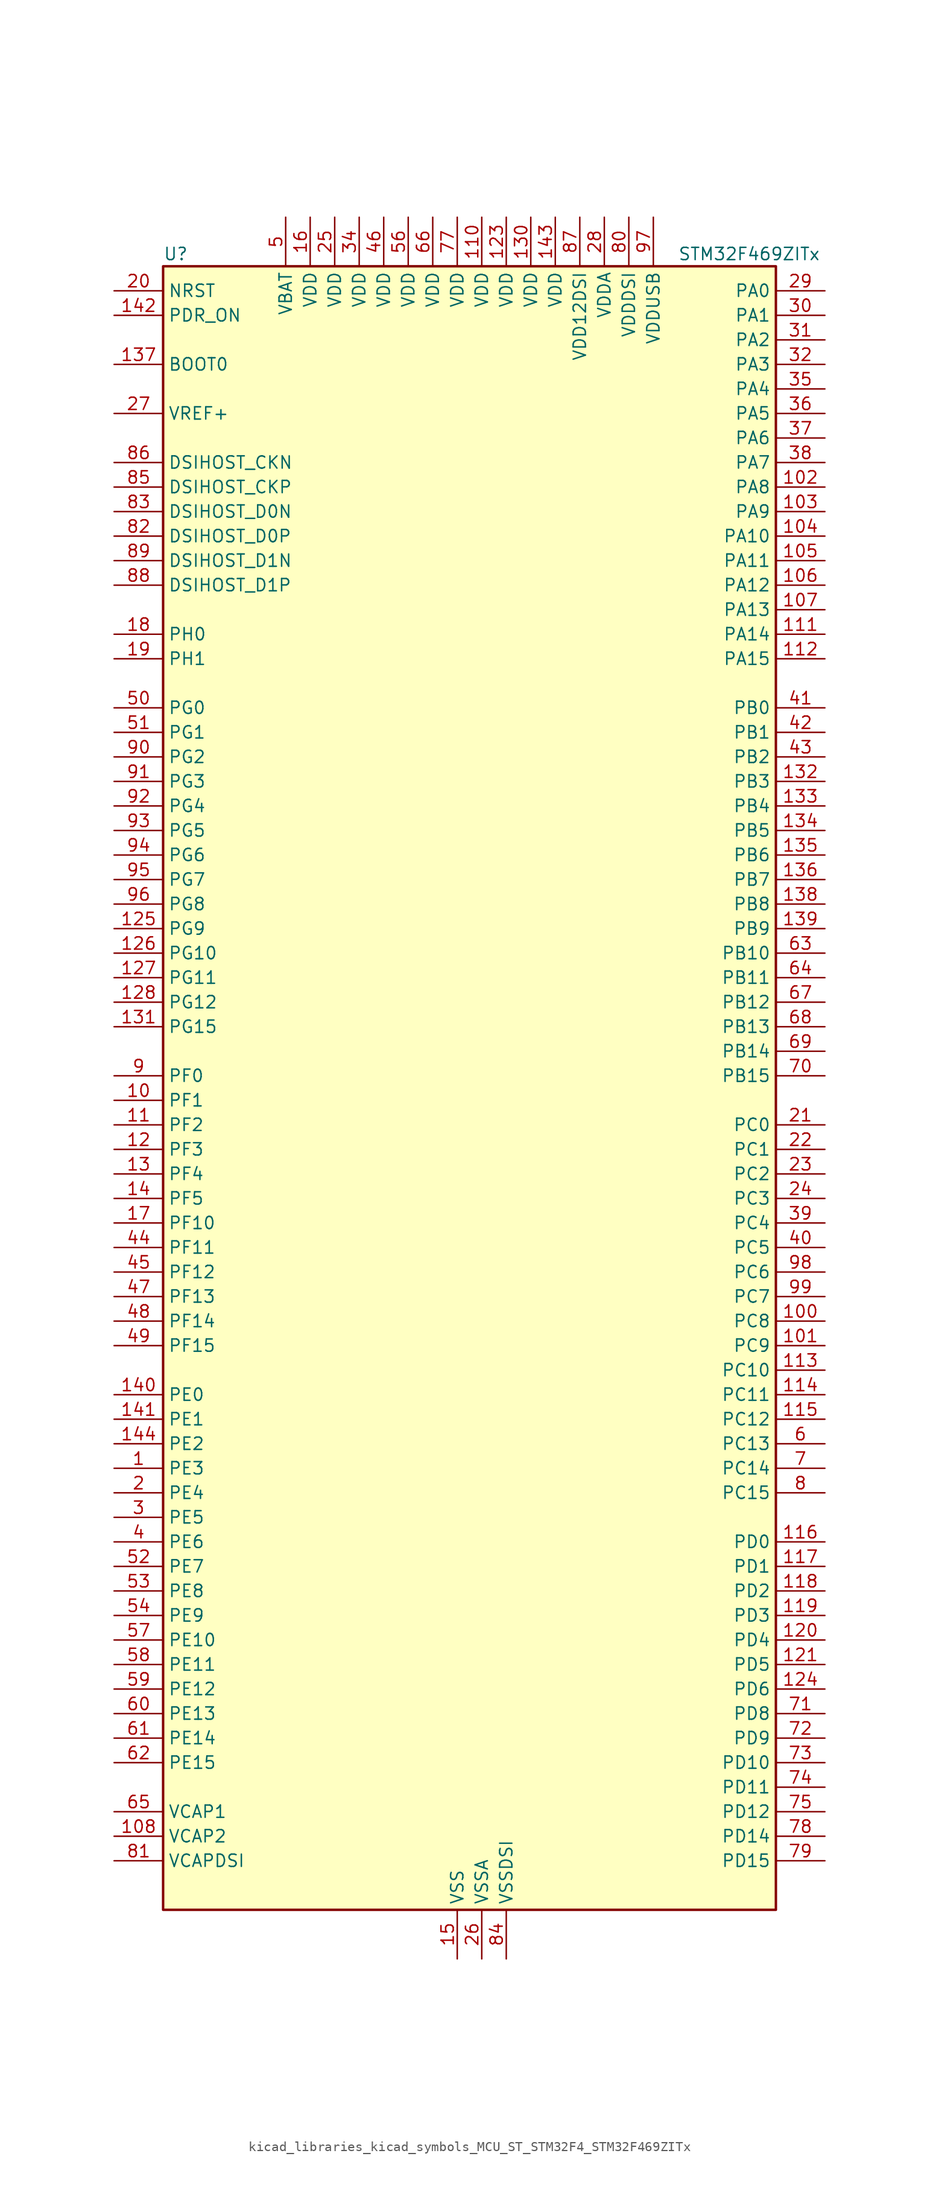
<source format=kicad_sym>
(kicad_symbol_lib
  (version 20220914)
  (generator kicad_symbol_editor)
  (symbol "kicad_libraries_kicad_symbols_MCU_ST_STM32F4_STM32F469ZITx"
    (property "Reference" "U"
      (at -30.48 87.63 0)
      (effects (font (size 1.27 1.27)) (justify left)))
    (property "Value" "STM32F469ZITx"
      (at 22.86 87.63 0)
      (effects (font (size 1.27 1.27)) (justify left)))
    (property "ki_locked" ""
      (at 0 0 0)
      (effects (font (size 1.27 1.27))))
    (symbol "kicad_libraries_kicad_symbols_MCU_ST_STM32F4_STM32F469ZITx_0_1"
      (rectangle (start -30.48 -83.82) (end 33.02 86.36) (stroke (width 0.254) (type default)) (fill (type background))))
    (symbol "kicad_libraries_kicad_symbols_MCU_ST_STM32F4_STM32F469ZITx_1_1"
      (pin bidirectional line (at -35.56 -38.1 0) (length 5.08) (name "PE3" (effects (font (size 1.27 1.27)))) (number "1" (effects (font (size 1.27 1.27)))) (alternate "FMC_A19" bidirectional line) (alternate "SAI1_SD_B" bidirectional line) (alternate "SYS_TRACED0" bidirectional line))
      (pin bidirectional line (at -35.56 0 0) (length 5.08) (name "PF1" (effects (font (size 1.27 1.27)))) (number "10" (effects (font (size 1.27 1.27)))) (alternate "FMC_A1" bidirectional line) (alternate "I2C2_SCL" bidirectional line))
      (pin bidirectional line (at 38.1 -22.86 180) (length 5.08) (name "PC8" (effects (font (size 1.27 1.27)))) (number "100" (effects (font (size 1.27 1.27)))) (alternate "DCMI_D2" bidirectional line) (alternate "SDIO_D0" bidirectional line) (alternate "SYS_TRACED1" bidirectional line) (alternate "TIM3_CH3" bidirectional line) (alternate "TIM8_CH3" bidirectional line) (alternate "USART6_CK" bidirectional line))
      (pin bidirectional line (at 38.1 -25.4 180) (length 5.08) (name "PC9" (effects (font (size 1.27 1.27)))) (number "101" (effects (font (size 1.27 1.27)))) (alternate "DAC_EXTI9" bidirectional line) (alternate "DCMI_D3" bidirectional line) (alternate "I2C3_SDA" bidirectional line) (alternate "I2S_CKIN" bidirectional line) (alternate "QUADSPI_BK1_IO0" bidirectional line) (alternate "RCC_MCO_2" bidirectional line) (alternate "SDIO_D1" bidirectional line) (alternate "TIM3_CH4" bidirectional line) (alternate "TIM8_CH4" bidirectional line))
      (pin bidirectional line (at 38.1 63.5 180) (length 5.08) (name "PA8" (effects (font (size 1.27 1.27)))) (number "102" (effects (font (size 1.27 1.27)))) (alternate "I2C3_SCL" bidirectional line) (alternate "LTDC_R6" bidirectional line) (alternate "RCC_MCO_1" bidirectional line) (alternate "TIM1_CH1" bidirectional line) (alternate "USART1_CK" bidirectional line) (alternate "USB_OTG_FS_SOF" bidirectional line))
      (pin bidirectional line (at 38.1 60.96 180) (length 5.08) (name "PA9" (effects (font (size 1.27 1.27)))) (number "103" (effects (font (size 1.27 1.27)))) (alternate "DAC_EXTI9" bidirectional line) (alternate "DCMI_D0" bidirectional line) (alternate "I2C3_SMBA" bidirectional line) (alternate "I2S2_CK" bidirectional line) (alternate "SPI2_SCK" bidirectional line) (alternate "TIM1_CH2" bidirectional line) (alternate "USART1_TX" bidirectional line) (alternate "USB_OTG_FS_VBUS" bidirectional line))
      (pin bidirectional line (at 38.1 58.42 180) (length 5.08) (name "PA10" (effects (font (size 1.27 1.27)))) (number "104" (effects (font (size 1.27 1.27)))) (alternate "DCMI_D1" bidirectional line) (alternate "TIM1_CH3" bidirectional line) (alternate "USART1_RX" bidirectional line) (alternate "USB_OTG_FS_ID" bidirectional line))
      (pin bidirectional line (at 38.1 55.88 180) (length 5.08) (name "PA11" (effects (font (size 1.27 1.27)))) (number "105" (effects (font (size 1.27 1.27)))) (alternate "ADC1_EXTI11" bidirectional line) (alternate "ADC2_EXTI11" bidirectional line) (alternate "ADC3_EXTI11" bidirectional line) (alternate "CAN1_RX" bidirectional line) (alternate "LTDC_R4" bidirectional line) (alternate "TIM1_CH4" bidirectional line) (alternate "USART1_CTS" bidirectional line) (alternate "USB_OTG_FS_DM" bidirectional line))
      (pin bidirectional line (at 38.1 53.34 180) (length 5.08) (name "PA12" (effects (font (size 1.27 1.27)))) (number "106" (effects (font (size 1.27 1.27)))) (alternate "CAN1_TX" bidirectional line) (alternate "LTDC_R5" bidirectional line) (alternate "TIM1_ETR" bidirectional line) (alternate "USART1_RTS" bidirectional line) (alternate "USB_OTG_FS_DP" bidirectional line))
      (pin bidirectional line (at 38.1 50.8 180) (length 5.08) (name "PA13" (effects (font (size 1.27 1.27)))) (number "107" (effects (font (size 1.27 1.27)))) (alternate "SYS_JTMS-SWDIO" bidirectional line))
      (pin power_out line (at -35.56 -76.2 0) (length 5.08) (name "VCAP2" (effects (font (size 1.27 1.27)))) (number "108" (effects (font (size 1.27 1.27)))))
      (pin passive line (at 0 -88.9 90) (length 5.08) hide (name "VSS" (effects (font (size 1.27 1.27)))) (number "109" (effects (font (size 1.27 1.27)))))
      (pin bidirectional line (at -35.56 -2.54 0) (length 5.08) (name "PF2" (effects (font (size 1.27 1.27)))) (number "11" (effects (font (size 1.27 1.27)))) (alternate "FMC_A2" bidirectional line) (alternate "I2C2_SMBA" bidirectional line))
      (pin power_in line (at 2.54 91.44 270) (length 5.08) (name "VDD" (effects (font (size 1.27 1.27)))) (number "110" (effects (font (size 1.27 1.27)))))
      (pin bidirectional line (at 38.1 48.26 180) (length 5.08) (name "PA14" (effects (font (size 1.27 1.27)))) (number "111" (effects (font (size 1.27 1.27)))) (alternate "SYS_JTCK-SWCLK" bidirectional line))
      (pin bidirectional line (at 38.1 45.72 180) (length 5.08) (name "PA15" (effects (font (size 1.27 1.27)))) (number "112" (effects (font (size 1.27 1.27)))) (alternate "ADC1_EXTI15" bidirectional line) (alternate "ADC2_EXTI15" bidirectional line) (alternate "ADC3_EXTI15" bidirectional line) (alternate "I2S3_WS" bidirectional line) (alternate "SPI1_NSS" bidirectional line) (alternate "SPI3_NSS" bidirectional line) (alternate "SYS_JTDI" bidirectional line) (alternate "TIM2_CH1" bidirectional line) (alternate "TIM2_ETR" bidirectional line))
      (pin bidirectional line (at 38.1 -27.94 180) (length 5.08) (name "PC10" (effects (font (size 1.27 1.27)))) (number "113" (effects (font (size 1.27 1.27)))) (alternate "DCMI_D8" bidirectional line) (alternate "I2S3_CK" bidirectional line) (alternate "LTDC_R2" bidirectional line) (alternate "QUADSPI_BK1_IO1" bidirectional line) (alternate "SDIO_D2" bidirectional line) (alternate "SPI3_SCK" bidirectional line) (alternate "UART4_TX" bidirectional line) (alternate "USART3_TX" bidirectional line))
      (pin bidirectional line (at 38.1 -30.48 180) (length 5.08) (name "PC11" (effects (font (size 1.27 1.27)))) (number "114" (effects (font (size 1.27 1.27)))) (alternate "ADC1_EXTI11" bidirectional line) (alternate "ADC2_EXTI11" bidirectional line) (alternate "ADC3_EXTI11" bidirectional line) (alternate "DCMI_D4" bidirectional line) (alternate "I2S3_ext_SD" bidirectional line) (alternate "QUADSPI_BK2_NCS" bidirectional line) (alternate "SDIO_D3" bidirectional line) (alternate "SPI3_MISO" bidirectional line) (alternate "UART4_RX" bidirectional line) (alternate "USART3_RX" bidirectional line))
      (pin bidirectional line (at 38.1 -33.02 180) (length 5.08) (name "PC12" (effects (font (size 1.27 1.27)))) (number "115" (effects (font (size 1.27 1.27)))) (alternate "DCMI_D9" bidirectional line) (alternate "I2S3_SD" bidirectional line) (alternate "SDIO_CK" bidirectional line) (alternate "SPI3_MOSI" bidirectional line) (alternate "SYS_TRACED3" bidirectional line) (alternate "UART5_TX" bidirectional line) (alternate "USART3_CK" bidirectional line))
      (pin bidirectional line (at 38.1 -45.72 180) (length 5.08) (name "PD0" (effects (font (size 1.27 1.27)))) (number "116" (effects (font (size 1.27 1.27)))) (alternate "CAN1_RX" bidirectional line) (alternate "FMC_D2" bidirectional line) (alternate "FMC_DA2" bidirectional line))
      (pin bidirectional line (at 38.1 -48.26 180) (length 5.08) (name "PD1" (effects (font (size 1.27 1.27)))) (number "117" (effects (font (size 1.27 1.27)))) (alternate "CAN1_TX" bidirectional line) (alternate "FMC_D3" bidirectional line) (alternate "FMC_DA3" bidirectional line))
      (pin bidirectional line (at 38.1 -50.8 180) (length 5.08) (name "PD2" (effects (font (size 1.27 1.27)))) (number "118" (effects (font (size 1.27 1.27)))) (alternate "DCMI_D11" bidirectional line) (alternate "SDIO_CMD" bidirectional line) (alternate "SYS_TRACED2" bidirectional line) (alternate "TIM3_ETR" bidirectional line) (alternate "UART5_RX" bidirectional line))
      (pin bidirectional line (at 38.1 -53.34 180) (length 5.08) (name "PD3" (effects (font (size 1.27 1.27)))) (number "119" (effects (font (size 1.27 1.27)))) (alternate "DCMI_D5" bidirectional line) (alternate "FMC_CLK" bidirectional line) (alternate "I2S2_CK" bidirectional line) (alternate "LTDC_G7" bidirectional line) (alternate "SPI2_SCK" bidirectional line) (alternate "USART2_CTS" bidirectional line))
      (pin bidirectional line (at -35.56 -5.08 0) (length 5.08) (name "PF3" (effects (font (size 1.27 1.27)))) (number "12" (effects (font (size 1.27 1.27)))) (alternate "ADC3_IN9" bidirectional line) (alternate "FMC_A3" bidirectional line))
      (pin bidirectional line (at 38.1 -55.88 180) (length 5.08) (name "PD4" (effects (font (size 1.27 1.27)))) (number "120" (effects (font (size 1.27 1.27)))) (alternate "FMC_NOE" bidirectional line) (alternate "USART2_RTS" bidirectional line))
      (pin bidirectional line (at 38.1 -58.42 180) (length 5.08) (name "PD5" (effects (font (size 1.27 1.27)))) (number "121" (effects (font (size 1.27 1.27)))) (alternate "FMC_NWE" bidirectional line) (alternate "USART2_TX" bidirectional line))
      (pin passive line (at 0 -88.9 90) (length 5.08) hide (name "VSS" (effects (font (size 1.27 1.27)))) (number "122" (effects (font (size 1.27 1.27)))))
      (pin power_in line (at 5.08 91.44 270) (length 5.08) (name "VDD" (effects (font (size 1.27 1.27)))) (number "123" (effects (font (size 1.27 1.27)))))
      (pin bidirectional line (at 38.1 -60.96 180) (length 5.08) (name "PD6" (effects (font (size 1.27 1.27)))) (number "124" (effects (font (size 1.27 1.27)))) (alternate "DCMI_D10" bidirectional line) (alternate "FMC_NWAIT" bidirectional line) (alternate "I2S3_SD" bidirectional line) (alternate "LTDC_B2" bidirectional line) (alternate "SAI1_SD_A" bidirectional line) (alternate "SPI3_MOSI" bidirectional line) (alternate "USART2_RX" bidirectional line))
      (pin bidirectional line (at -35.56 17.78 0) (length 5.08) (name "PG9" (effects (font (size 1.27 1.27)))) (number "125" (effects (font (size 1.27 1.27)))) (alternate "DAC_EXTI9" bidirectional line) (alternate "DCMI_VSYNC" bidirectional line) (alternate "FMC_NCE" bidirectional line) (alternate "FMC_NE2" bidirectional line) (alternate "QUADSPI_BK2_IO2" bidirectional line) (alternate "USART6_RX" bidirectional line))
      (pin bidirectional line (at -35.56 15.24 0) (length 5.08) (name "PG10" (effects (font (size 1.27 1.27)))) (number "126" (effects (font (size 1.27 1.27)))) (alternate "DCMI_D2" bidirectional line) (alternate "FMC_NE3" bidirectional line) (alternate "LTDC_B2" bidirectional line) (alternate "LTDC_G3" bidirectional line))
      (pin bidirectional line (at -35.56 12.7 0) (length 5.08) (name "PG11" (effects (font (size 1.27 1.27)))) (number "127" (effects (font (size 1.27 1.27)))) (alternate "ADC1_EXTI11" bidirectional line) (alternate "ADC2_EXTI11" bidirectional line) (alternate "ADC3_EXTI11" bidirectional line) (alternate "DCMI_D3" bidirectional line) (alternate "LTDC_B3" bidirectional line))
      (pin bidirectional line (at -35.56 10.16 0) (length 5.08) (name "PG12" (effects (font (size 1.27 1.27)))) (number "128" (effects (font (size 1.27 1.27)))) (alternate "FMC_NE4" bidirectional line) (alternate "LTDC_B1" bidirectional line) (alternate "LTDC_B4" bidirectional line) (alternate "USART6_RTS" bidirectional line))
      (pin passive line (at 0 -88.9 90) (length 5.08) hide (name "VSS" (effects (font (size 1.27 1.27)))) (number "129" (effects (font (size 1.27 1.27)))))
      (pin bidirectional line (at -35.56 -7.62 0) (length 5.08) (name "PF4" (effects (font (size 1.27 1.27)))) (number "13" (effects (font (size 1.27 1.27)))) (alternate "ADC3_IN14" bidirectional line) (alternate "FMC_A4" bidirectional line))
      (pin power_in line (at 7.62 91.44 270) (length 5.08) (name "VDD" (effects (font (size 1.27 1.27)))) (number "130" (effects (font (size 1.27 1.27)))))
      (pin bidirectional line (at -35.56 7.62 0) (length 5.08) (name "PG15" (effects (font (size 1.27 1.27)))) (number "131" (effects (font (size 1.27 1.27)))) (alternate "ADC1_EXTI15" bidirectional line) (alternate "ADC2_EXTI15" bidirectional line) (alternate "ADC3_EXTI15" bidirectional line) (alternate "DCMI_D13" bidirectional line) (alternate "FMC_SDNCAS" bidirectional line) (alternate "USART6_CTS" bidirectional line))
      (pin bidirectional line (at 38.1 33.02 180) (length 5.08) (name "PB3" (effects (font (size 1.27 1.27)))) (number "132" (effects (font (size 1.27 1.27)))) (alternate "I2S3_CK" bidirectional line) (alternate "SPI1_SCK" bidirectional line) (alternate "SPI3_SCK" bidirectional line) (alternate "SYS_JTDO-SWO" bidirectional line) (alternate "TIM2_CH2" bidirectional line))
      (pin bidirectional line (at 38.1 30.48 180) (length 5.08) (name "PB4" (effects (font (size 1.27 1.27)))) (number "133" (effects (font (size 1.27 1.27)))) (alternate "I2S3_ext_SD" bidirectional line) (alternate "SPI1_MISO" bidirectional line) (alternate "SPI3_MISO" bidirectional line) (alternate "SYS_JTRST" bidirectional line) (alternate "TIM3_CH1" bidirectional line))
      (pin bidirectional line (at 38.1 27.94 180) (length 5.08) (name "PB5" (effects (font (size 1.27 1.27)))) (number "134" (effects (font (size 1.27 1.27)))) (alternate "CAN2_RX" bidirectional line) (alternate "DCMI_D10" bidirectional line) (alternate "FMC_SDCKE1" bidirectional line) (alternate "I2C1_SMBA" bidirectional line) (alternate "I2S3_SD" bidirectional line) (alternate "LTDC_G7" bidirectional line) (alternate "SPI1_MOSI" bidirectional line) (alternate "SPI3_MOSI" bidirectional line) (alternate "TIM3_CH2" bidirectional line) (alternate "USB_OTG_HS_ULPI_D7" bidirectional line))
      (pin bidirectional line (at 38.1 25.4 180) (length 5.08) (name "PB6" (effects (font (size 1.27 1.27)))) (number "135" (effects (font (size 1.27 1.27)))) (alternate "CAN2_TX" bidirectional line) (alternate "DCMI_D5" bidirectional line) (alternate "FMC_SDNE1" bidirectional line) (alternate "I2C1_SCL" bidirectional line) (alternate "QUADSPI_BK1_NCS" bidirectional line) (alternate "TIM4_CH1" bidirectional line) (alternate "USART1_TX" bidirectional line))
      (pin bidirectional line (at 38.1 22.86 180) (length 5.08) (name "PB7" (effects (font (size 1.27 1.27)))) (number "136" (effects (font (size 1.27 1.27)))) (alternate "DCMI_VSYNC" bidirectional line) (alternate "FMC_NL" bidirectional line) (alternate "I2C1_SDA" bidirectional line) (alternate "TIM4_CH2" bidirectional line) (alternate "USART1_RX" bidirectional line))
      (pin input line (at -35.56 76.2 0) (length 5.08) (name "BOOT0" (effects (font (size 1.27 1.27)))) (number "137" (effects (font (size 1.27 1.27)))))
      (pin bidirectional line (at 38.1 20.32 180) (length 5.08) (name "PB8" (effects (font (size 1.27 1.27)))) (number "138" (effects (font (size 1.27 1.27)))) (alternate "CAN1_RX" bidirectional line) (alternate "DCMI_D6" bidirectional line) (alternate "I2C1_SCL" bidirectional line) (alternate "LTDC_B6" bidirectional line) (alternate "SDIO_D4" bidirectional line) (alternate "TIM10_CH1" bidirectional line) (alternate "TIM4_CH3" bidirectional line))
      (pin bidirectional line (at 38.1 17.78 180) (length 5.08) (name "PB9" (effects (font (size 1.27 1.27)))) (number "139" (effects (font (size 1.27 1.27)))) (alternate "CAN1_TX" bidirectional line) (alternate "DAC_EXTI9" bidirectional line) (alternate "DCMI_D7" bidirectional line) (alternate "I2C1_SDA" bidirectional line) (alternate "I2S2_WS" bidirectional line) (alternate "LTDC_B7" bidirectional line) (alternate "SDIO_D5" bidirectional line) (alternate "SPI2_NSS" bidirectional line) (alternate "TIM11_CH1" bidirectional line) (alternate "TIM4_CH4" bidirectional line))
      (pin bidirectional line (at -35.56 -10.16 0) (length 5.08) (name "PF5" (effects (font (size 1.27 1.27)))) (number "14" (effects (font (size 1.27 1.27)))) (alternate "ADC3_IN15" bidirectional line) (alternate "FMC_A5" bidirectional line))
      (pin bidirectional line (at -35.56 -30.48 0) (length 5.08) (name "PE0" (effects (font (size 1.27 1.27)))) (number "140" (effects (font (size 1.27 1.27)))) (alternate "DCMI_D2" bidirectional line) (alternate "FMC_NBL0" bidirectional line) (alternate "TIM4_ETR" bidirectional line) (alternate "UART8_RX" bidirectional line))
      (pin bidirectional line (at -35.56 -33.02 0) (length 5.08) (name "PE1" (effects (font (size 1.27 1.27)))) (number "141" (effects (font (size 1.27 1.27)))) (alternate "DCMI_D3" bidirectional line) (alternate "FMC_NBL1" bidirectional line) (alternate "UART8_TX" bidirectional line))
      (pin input line (at -35.56 81.28 0) (length 5.08) (name "PDR_ON" (effects (font (size 1.27 1.27)))) (number "142" (effects (font (size 1.27 1.27)))))
      (pin power_in line (at 10.16 91.44 270) (length 5.08) (name "VDD" (effects (font (size 1.27 1.27)))) (number "143" (effects (font (size 1.27 1.27)))))
      (pin bidirectional line (at -35.56 -35.56 0) (length 5.08) (name "PE2" (effects (font (size 1.27 1.27)))) (number "144" (effects (font (size 1.27 1.27)))) (alternate "FMC_A23" bidirectional line) (alternate "QUADSPI_BK1_IO2" bidirectional line) (alternate "SAI1_MCLK_A" bidirectional line) (alternate "SPI4_SCK" bidirectional line) (alternate "SYS_TRACECLK" bidirectional line))
      (pin power_in line (at 0 -88.9 90) (length 5.08) (name "VSS" (effects (font (size 1.27 1.27)))) (number "15" (effects (font (size 1.27 1.27)))))
      (pin power_in line (at -15.24 91.44 270) (length 5.08) (name "VDD" (effects (font (size 1.27 1.27)))) (number "16" (effects (font (size 1.27 1.27)))))
      (pin bidirectional line (at -35.56 -12.7 0) (length 5.08) (name "PF10" (effects (font (size 1.27 1.27)))) (number "17" (effects (font (size 1.27 1.27)))) (alternate "ADC3_IN8" bidirectional line) (alternate "DCMI_D11" bidirectional line) (alternate "LTDC_DE" bidirectional line) (alternate "QUADSPI_CLK" bidirectional line))
      (pin bidirectional line (at -35.56 48.26 0) (length 5.08) (name "PH0" (effects (font (size 1.27 1.27)))) (number "18" (effects (font (size 1.27 1.27)))) (alternate "RCC_OSC_IN" bidirectional line))
      (pin bidirectional line (at -35.56 45.72 0) (length 5.08) (name "PH1" (effects (font (size 1.27 1.27)))) (number "19" (effects (font (size 1.27 1.27)))) (alternate "RCC_OSC_OUT" bidirectional line))
      (pin bidirectional line (at -35.56 -40.64 0) (length 5.08) (name "PE4" (effects (font (size 1.27 1.27)))) (number "2" (effects (font (size 1.27 1.27)))) (alternate "DCMI_D4" bidirectional line) (alternate "FMC_A20" bidirectional line) (alternate "LTDC_B0" bidirectional line) (alternate "SAI1_FS_A" bidirectional line) (alternate "SPI4_NSS" bidirectional line) (alternate "SYS_TRACED1" bidirectional line))
      (pin input line (at -35.56 83.82 0) (length 5.08) (name "NRST" (effects (font (size 1.27 1.27)))) (number "20" (effects (font (size 1.27 1.27)))))
      (pin bidirectional line (at 38.1 -2.54 180) (length 5.08) (name "PC0" (effects (font (size 1.27 1.27)))) (number "21" (effects (font (size 1.27 1.27)))) (alternate "ADC1_IN10" bidirectional line) (alternate "ADC2_IN10" bidirectional line) (alternate "ADC3_IN10" bidirectional line) (alternate "FMC_SDNWE" bidirectional line) (alternate "LTDC_R5" bidirectional line) (alternate "USB_OTG_HS_ULPI_STP" bidirectional line))
      (pin bidirectional line (at 38.1 -5.08 180) (length 5.08) (name "PC1" (effects (font (size 1.27 1.27)))) (number "22" (effects (font (size 1.27 1.27)))) (alternate "ADC1_IN11" bidirectional line) (alternate "ADC2_IN11" bidirectional line) (alternate "ADC3_IN11" bidirectional line) (alternate "I2S2_SD" bidirectional line) (alternate "SAI1_SD_A" bidirectional line) (alternate "SPI2_MOSI" bidirectional line) (alternate "SYS_TRACED0" bidirectional line))
      (pin bidirectional line (at 38.1 -7.62 180) (length 5.08) (name "PC2" (effects (font (size 1.27 1.27)))) (number "23" (effects (font (size 1.27 1.27)))) (alternate "ADC1_IN12" bidirectional line) (alternate "ADC2_IN12" bidirectional line) (alternate "ADC3_IN12" bidirectional line) (alternate "FMC_SDNE0" bidirectional line) (alternate "I2S2_ext_SD" bidirectional line) (alternate "SPI2_MISO" bidirectional line) (alternate "USB_OTG_HS_ULPI_DIR" bidirectional line))
      (pin bidirectional line (at 38.1 -10.16 180) (length 5.08) (name "PC3" (effects (font (size 1.27 1.27)))) (number "24" (effects (font (size 1.27 1.27)))) (alternate "ADC1_IN13" bidirectional line) (alternate "ADC2_IN13" bidirectional line) (alternate "ADC3_IN13" bidirectional line) (alternate "FMC_SDCKE0" bidirectional line) (alternate "I2S2_SD" bidirectional line) (alternate "SPI2_MOSI" bidirectional line) (alternate "USB_OTG_HS_ULPI_NXT" bidirectional line))
      (pin power_in line (at -12.7 91.44 270) (length 5.08) (name "VDD" (effects (font (size 1.27 1.27)))) (number "25" (effects (font (size 1.27 1.27)))))
      (pin power_in line (at 2.54 -88.9 90) (length 5.08) (name "VSSA" (effects (font (size 1.27 1.27)))) (number "26" (effects (font (size 1.27 1.27)))))
      (pin input line (at -35.56 71.12 0) (length 5.08) (name "VREF+" (effects (font (size 1.27 1.27)))) (number "27" (effects (font (size 1.27 1.27)))))
      (pin power_in line (at 15.24 91.44 270) (length 5.08) (name "VDDA" (effects (font (size 1.27 1.27)))) (number "28" (effects (font (size 1.27 1.27)))))
      (pin bidirectional line (at 38.1 83.82 180) (length 5.08) (name "PA0" (effects (font (size 1.27 1.27)))) (number "29" (effects (font (size 1.27 1.27)))) (alternate "ADC1_IN0" bidirectional line) (alternate "ADC2_IN0" bidirectional line) (alternate "ADC3_IN0" bidirectional line) (alternate "SYS_WKUP" bidirectional line) (alternate "TIM2_CH1" bidirectional line) (alternate "TIM2_ETR" bidirectional line) (alternate "TIM5_CH1" bidirectional line) (alternate "TIM8_ETR" bidirectional line) (alternate "UART4_TX" bidirectional line) (alternate "USART2_CTS" bidirectional line))
      (pin bidirectional line (at -35.56 -43.18 0) (length 5.08) (name "PE5" (effects (font (size 1.27 1.27)))) (number "3" (effects (font (size 1.27 1.27)))) (alternate "DCMI_D6" bidirectional line) (alternate "FMC_A21" bidirectional line) (alternate "LTDC_G0" bidirectional line) (alternate "SAI1_SCK_A" bidirectional line) (alternate "SPI4_MISO" bidirectional line) (alternate "SYS_TRACED2" bidirectional line) (alternate "TIM9_CH1" bidirectional line))
      (pin bidirectional line (at 38.1 81.28 180) (length 5.08) (name "PA1" (effects (font (size 1.27 1.27)))) (number "30" (effects (font (size 1.27 1.27)))) (alternate "ADC1_IN1" bidirectional line) (alternate "ADC2_IN1" bidirectional line) (alternate "ADC3_IN1" bidirectional line) (alternate "LTDC_R2" bidirectional line) (alternate "QUADSPI_BK1_IO3" bidirectional line) (alternate "TIM2_CH2" bidirectional line) (alternate "TIM5_CH2" bidirectional line) (alternate "UART4_RX" bidirectional line) (alternate "USART2_RTS" bidirectional line))
      (pin bidirectional line (at 38.1 78.74 180) (length 5.08) (name "PA2" (effects (font (size 1.27 1.27)))) (number "31" (effects (font (size 1.27 1.27)))) (alternate "ADC1_IN2" bidirectional line) (alternate "ADC2_IN2" bidirectional line) (alternate "ADC3_IN2" bidirectional line) (alternate "LTDC_R1" bidirectional line) (alternate "TIM2_CH3" bidirectional line) (alternate "TIM5_CH3" bidirectional line) (alternate "TIM9_CH1" bidirectional line) (alternate "USART2_TX" bidirectional line))
      (pin bidirectional line (at 38.1 76.2 180) (length 5.08) (name "PA3" (effects (font (size 1.27 1.27)))) (number "32" (effects (font (size 1.27 1.27)))) (alternate "ADC1_IN3" bidirectional line) (alternate "ADC2_IN3" bidirectional line) (alternate "ADC3_IN3" bidirectional line) (alternate "LTDC_B2" bidirectional line) (alternate "LTDC_B5" bidirectional line) (alternate "TIM2_CH4" bidirectional line) (alternate "TIM5_CH4" bidirectional line) (alternate "TIM9_CH2" bidirectional line) (alternate "USART2_RX" bidirectional line) (alternate "USB_OTG_HS_ULPI_D0" bidirectional line))
      (pin passive line (at 0 -88.9 90) (length 5.08) hide (name "VSS" (effects (font (size 1.27 1.27)))) (number "33" (effects (font (size 1.27 1.27)))))
      (pin power_in line (at -10.16 91.44 270) (length 5.08) (name "VDD" (effects (font (size 1.27 1.27)))) (number "34" (effects (font (size 1.27 1.27)))))
      (pin bidirectional line (at 38.1 73.66 180) (length 5.08) (name "PA4" (effects (font (size 1.27 1.27)))) (number "35" (effects (font (size 1.27 1.27)))) (alternate "ADC1_IN4" bidirectional line) (alternate "ADC2_IN4" bidirectional line) (alternate "DAC_OUT1" bidirectional line) (alternate "DCMI_HSYNC" bidirectional line) (alternate "I2S3_WS" bidirectional line) (alternate "LTDC_VSYNC" bidirectional line) (alternate "SPI1_NSS" bidirectional line) (alternate "SPI3_NSS" bidirectional line) (alternate "USART2_CK" bidirectional line) (alternate "USB_OTG_HS_SOF" bidirectional line))
      (pin bidirectional line (at 38.1 71.12 180) (length 5.08) (name "PA5" (effects (font (size 1.27 1.27)))) (number "36" (effects (font (size 1.27 1.27)))) (alternate "ADC1_IN5" bidirectional line) (alternate "ADC2_IN5" bidirectional line) (alternate "DAC_OUT2" bidirectional line) (alternate "LTDC_R4" bidirectional line) (alternate "SPI1_SCK" bidirectional line) (alternate "TIM2_CH1" bidirectional line) (alternate "TIM2_ETR" bidirectional line) (alternate "TIM8_CH1N" bidirectional line) (alternate "USB_OTG_HS_ULPI_CK" bidirectional line))
      (pin bidirectional line (at 38.1 68.58 180) (length 5.08) (name "PA6" (effects (font (size 1.27 1.27)))) (number "37" (effects (font (size 1.27 1.27)))) (alternate "ADC1_IN6" bidirectional line) (alternate "ADC2_IN6" bidirectional line) (alternate "DCMI_PIXCLK" bidirectional line) (alternate "LTDC_G2" bidirectional line) (alternate "SPI1_MISO" bidirectional line) (alternate "TIM13_CH1" bidirectional line) (alternate "TIM1_BKIN" bidirectional line) (alternate "TIM3_CH1" bidirectional line) (alternate "TIM8_BKIN" bidirectional line))
      (pin bidirectional line (at 38.1 66.04 180) (length 5.08) (name "PA7" (effects (font (size 1.27 1.27)))) (number "38" (effects (font (size 1.27 1.27)))) (alternate "ADC1_IN7" bidirectional line) (alternate "ADC2_IN7" bidirectional line) (alternate "FMC_SDNWE" bidirectional line) (alternate "QUADSPI_CLK" bidirectional line) (alternate "SPI1_MOSI" bidirectional line) (alternate "TIM14_CH1" bidirectional line) (alternate "TIM1_CH1N" bidirectional line) (alternate "TIM3_CH2" bidirectional line) (alternate "TIM8_CH1N" bidirectional line))
      (pin bidirectional line (at 38.1 -12.7 180) (length 5.08) (name "PC4" (effects (font (size 1.27 1.27)))) (number "39" (effects (font (size 1.27 1.27)))) (alternate "ADC1_IN14" bidirectional line) (alternate "ADC2_IN14" bidirectional line) (alternate "FMC_SDNE0" bidirectional line))
      (pin bidirectional line (at -35.56 -45.72 0) (length 5.08) (name "PE6" (effects (font (size 1.27 1.27)))) (number "4" (effects (font (size 1.27 1.27)))) (alternate "DCMI_D7" bidirectional line) (alternate "FMC_A22" bidirectional line) (alternate "LTDC_G1" bidirectional line) (alternate "SAI1_SD_A" bidirectional line) (alternate "SPI4_MOSI" bidirectional line) (alternate "SYS_TRACED3" bidirectional line) (alternate "TIM9_CH2" bidirectional line))
      (pin bidirectional line (at 38.1 -15.24 180) (length 5.08) (name "PC5" (effects (font (size 1.27 1.27)))) (number "40" (effects (font (size 1.27 1.27)))) (alternate "ADC1_IN15" bidirectional line) (alternate "ADC2_IN15" bidirectional line) (alternate "FMC_SDCKE0" bidirectional line))
      (pin bidirectional line (at 38.1 40.64 180) (length 5.08) (name "PB0" (effects (font (size 1.27 1.27)))) (number "41" (effects (font (size 1.27 1.27)))) (alternate "ADC1_IN8" bidirectional line) (alternate "ADC2_IN8" bidirectional line) (alternate "LTDC_G1" bidirectional line) (alternate "LTDC_R3" bidirectional line) (alternate "TIM1_CH2N" bidirectional line) (alternate "TIM3_CH3" bidirectional line) (alternate "TIM8_CH2N" bidirectional line) (alternate "USB_OTG_HS_ULPI_D1" bidirectional line))
      (pin bidirectional line (at 38.1 38.1 180) (length 5.08) (name "PB1" (effects (font (size 1.27 1.27)))) (number "42" (effects (font (size 1.27 1.27)))) (alternate "ADC1_IN9" bidirectional line) (alternate "ADC2_IN9" bidirectional line) (alternate "LTDC_G0" bidirectional line) (alternate "LTDC_R6" bidirectional line) (alternate "TIM1_CH3N" bidirectional line) (alternate "TIM3_CH4" bidirectional line) (alternate "TIM8_CH3N" bidirectional line) (alternate "USB_OTG_HS_ULPI_D2" bidirectional line))
      (pin bidirectional line (at 38.1 35.56 180) (length 5.08) (name "PB2" (effects (font (size 1.27 1.27)))) (number "43" (effects (font (size 1.27 1.27)))))
      (pin bidirectional line (at -35.56 -15.24 0) (length 5.08) (name "PF11" (effects (font (size 1.27 1.27)))) (number "44" (effects (font (size 1.27 1.27)))) (alternate "ADC1_EXTI11" bidirectional line) (alternate "ADC2_EXTI11" bidirectional line) (alternate "ADC3_EXTI11" bidirectional line) (alternate "DCMI_D12" bidirectional line) (alternate "FMC_SDNRAS" bidirectional line))
      (pin bidirectional line (at -35.56 -17.78 0) (length 5.08) (name "PF12" (effects (font (size 1.27 1.27)))) (number "45" (effects (font (size 1.27 1.27)))) (alternate "FMC_A6" bidirectional line))
      (pin power_in line (at -7.62 91.44 270) (length 5.08) (name "VDD" (effects (font (size 1.27 1.27)))) (number "46" (effects (font (size 1.27 1.27)))))
      (pin bidirectional line (at -35.56 -20.32 0) (length 5.08) (name "PF13" (effects (font (size 1.27 1.27)))) (number "47" (effects (font (size 1.27 1.27)))) (alternate "FMC_A7" bidirectional line))
      (pin bidirectional line (at -35.56 -22.86 0) (length 5.08) (name "PF14" (effects (font (size 1.27 1.27)))) (number "48" (effects (font (size 1.27 1.27)))) (alternate "FMC_A8" bidirectional line))
      (pin bidirectional line (at -35.56 -25.4 0) (length 5.08) (name "PF15" (effects (font (size 1.27 1.27)))) (number "49" (effects (font (size 1.27 1.27)))) (alternate "ADC1_EXTI15" bidirectional line) (alternate "ADC2_EXTI15" bidirectional line) (alternate "ADC3_EXTI15" bidirectional line) (alternate "FMC_A9" bidirectional line))
      (pin power_in line (at -17.78 91.44 270) (length 5.08) (name "VBAT" (effects (font (size 1.27 1.27)))) (number "5" (effects (font (size 1.27 1.27)))))
      (pin bidirectional line (at -35.56 40.64 0) (length 5.08) (name "PG0" (effects (font (size 1.27 1.27)))) (number "50" (effects (font (size 1.27 1.27)))) (alternate "FMC_A10" bidirectional line))
      (pin bidirectional line (at -35.56 38.1 0) (length 5.08) (name "PG1" (effects (font (size 1.27 1.27)))) (number "51" (effects (font (size 1.27 1.27)))) (alternate "FMC_A11" bidirectional line))
      (pin bidirectional line (at -35.56 -48.26 0) (length 5.08) (name "PE7" (effects (font (size 1.27 1.27)))) (number "52" (effects (font (size 1.27 1.27)))) (alternate "FMC_D4" bidirectional line) (alternate "FMC_DA4" bidirectional line) (alternate "QUADSPI_BK2_IO0" bidirectional line) (alternate "TIM1_ETR" bidirectional line) (alternate "UART7_RX" bidirectional line))
      (pin bidirectional line (at -35.56 -50.8 0) (length 5.08) (name "PE8" (effects (font (size 1.27 1.27)))) (number "53" (effects (font (size 1.27 1.27)))) (alternate "FMC_D5" bidirectional line) (alternate "FMC_DA5" bidirectional line) (alternate "QUADSPI_BK2_IO1" bidirectional line) (alternate "TIM1_CH1N" bidirectional line) (alternate "UART7_TX" bidirectional line))
      (pin bidirectional line (at -35.56 -53.34 0) (length 5.08) (name "PE9" (effects (font (size 1.27 1.27)))) (number "54" (effects (font (size 1.27 1.27)))) (alternate "DAC_EXTI9" bidirectional line) (alternate "FMC_D6" bidirectional line) (alternate "FMC_DA6" bidirectional line) (alternate "QUADSPI_BK2_IO2" bidirectional line) (alternate "TIM1_CH1" bidirectional line))
      (pin passive line (at 0 -88.9 90) (length 5.08) hide (name "VSS" (effects (font (size 1.27 1.27)))) (number "55" (effects (font (size 1.27 1.27)))))
      (pin power_in line (at -5.08 91.44 270) (length 5.08) (name "VDD" (effects (font (size 1.27 1.27)))) (number "56" (effects (font (size 1.27 1.27)))))
      (pin bidirectional line (at -35.56 -55.88 0) (length 5.08) (name "PE10" (effects (font (size 1.27 1.27)))) (number "57" (effects (font (size 1.27 1.27)))) (alternate "FMC_D7" bidirectional line) (alternate "FMC_DA7" bidirectional line) (alternate "QUADSPI_BK2_IO3" bidirectional line) (alternate "TIM1_CH2N" bidirectional line))
      (pin bidirectional line (at -35.56 -58.42 0) (length 5.08) (name "PE11" (effects (font (size 1.27 1.27)))) (number "58" (effects (font (size 1.27 1.27)))) (alternate "ADC1_EXTI11" bidirectional line) (alternate "ADC2_EXTI11" bidirectional line) (alternate "ADC3_EXTI11" bidirectional line) (alternate "FMC_D8" bidirectional line) (alternate "FMC_DA8" bidirectional line) (alternate "LTDC_G3" bidirectional line) (alternate "SPI4_NSS" bidirectional line) (alternate "TIM1_CH2" bidirectional line))
      (pin bidirectional line (at -35.56 -60.96 0) (length 5.08) (name "PE12" (effects (font (size 1.27 1.27)))) (number "59" (effects (font (size 1.27 1.27)))) (alternate "FMC_D9" bidirectional line) (alternate "FMC_DA9" bidirectional line) (alternate "LTDC_B4" bidirectional line) (alternate "SPI4_SCK" bidirectional line) (alternate "TIM1_CH3N" bidirectional line))
      (pin bidirectional line (at 38.1 -35.56 180) (length 5.08) (name "PC13" (effects (font (size 1.27 1.27)))) (number "6" (effects (font (size 1.27 1.27)))) (alternate "RTC_AF1" bidirectional line))
      (pin bidirectional line (at -35.56 -63.5 0) (length 5.08) (name "PE13" (effects (font (size 1.27 1.27)))) (number "60" (effects (font (size 1.27 1.27)))) (alternate "FMC_D10" bidirectional line) (alternate "FMC_DA10" bidirectional line) (alternate "LTDC_DE" bidirectional line) (alternate "SPI4_MISO" bidirectional line) (alternate "TIM1_CH3" bidirectional line))
      (pin bidirectional line (at -35.56 -66.04 0) (length 5.08) (name "PE14" (effects (font (size 1.27 1.27)))) (number "61" (effects (font (size 1.27 1.27)))) (alternate "FMC_D11" bidirectional line) (alternate "FMC_DA11" bidirectional line) (alternate "LTDC_CLK" bidirectional line) (alternate "SPI4_MOSI" bidirectional line) (alternate "TIM1_CH4" bidirectional line))
      (pin bidirectional line (at -35.56 -68.58 0) (length 5.08) (name "PE15" (effects (font (size 1.27 1.27)))) (number "62" (effects (font (size 1.27 1.27)))) (alternate "ADC1_EXTI15" bidirectional line) (alternate "ADC2_EXTI15" bidirectional line) (alternate "ADC3_EXTI15" bidirectional line) (alternate "FMC_D12" bidirectional line) (alternate "FMC_DA12" bidirectional line) (alternate "LTDC_R7" bidirectional line) (alternate "TIM1_BKIN" bidirectional line))
      (pin bidirectional line (at 38.1 15.24 180) (length 5.08) (name "PB10" (effects (font (size 1.27 1.27)))) (number "63" (effects (font (size 1.27 1.27)))) (alternate "I2C2_SCL" bidirectional line) (alternate "I2S2_CK" bidirectional line) (alternate "LTDC_G4" bidirectional line) (alternate "QUADSPI_BK1_NCS" bidirectional line) (alternate "SPI2_SCK" bidirectional line) (alternate "TIM2_CH3" bidirectional line) (alternate "USART3_TX" bidirectional line) (alternate "USB_OTG_HS_ULPI_D3" bidirectional line))
      (pin bidirectional line (at 38.1 12.7 180) (length 5.08) (name "PB11" (effects (font (size 1.27 1.27)))) (number "64" (effects (font (size 1.27 1.27)))) (alternate "ADC1_EXTI11" bidirectional line) (alternate "ADC2_EXTI11" bidirectional line) (alternate "ADC3_EXTI11" bidirectional line) (alternate "DSIHOST_TE" bidirectional line) (alternate "I2C2_SDA" bidirectional line) (alternate "LTDC_G5" bidirectional line) (alternate "TIM2_CH4" bidirectional line) (alternate "USART3_RX" bidirectional line) (alternate "USB_OTG_HS_ULPI_D4" bidirectional line))
      (pin power_out line (at -35.56 -73.66 0) (length 5.08) (name "VCAP1" (effects (font (size 1.27 1.27)))) (number "65" (effects (font (size 1.27 1.27)))))
      (pin power_in line (at -2.54 91.44 270) (length 5.08) (name "VDD" (effects (font (size 1.27 1.27)))) (number "66" (effects (font (size 1.27 1.27)))))
      (pin bidirectional line (at 38.1 10.16 180) (length 5.08) (name "PB12" (effects (font (size 1.27 1.27)))) (number "67" (effects (font (size 1.27 1.27)))) (alternate "CAN2_RX" bidirectional line) (alternate "I2C2_SMBA" bidirectional line) (alternate "I2S2_WS" bidirectional line) (alternate "SPI2_NSS" bidirectional line) (alternate "TIM1_BKIN" bidirectional line) (alternate "USART3_CK" bidirectional line) (alternate "USB_OTG_HS_ID" bidirectional line) (alternate "USB_OTG_HS_ULPI_D5" bidirectional line))
      (pin bidirectional line (at 38.1 7.62 180) (length 5.08) (name "PB13" (effects (font (size 1.27 1.27)))) (number "68" (effects (font (size 1.27 1.27)))) (alternate "CAN2_TX" bidirectional line) (alternate "I2S2_CK" bidirectional line) (alternate "SPI2_SCK" bidirectional line) (alternate "TIM1_CH1N" bidirectional line) (alternate "USART3_CTS" bidirectional line) (alternate "USB_OTG_HS_ULPI_D6" bidirectional line) (alternate "USB_OTG_HS_VBUS" bidirectional line))
      (pin bidirectional line (at 38.1 5.08 180) (length 5.08) (name "PB14" (effects (font (size 1.27 1.27)))) (number "69" (effects (font (size 1.27 1.27)))) (alternate "I2S2_ext_SD" bidirectional line) (alternate "SPI2_MISO" bidirectional line) (alternate "TIM12_CH1" bidirectional line) (alternate "TIM1_CH2N" bidirectional line) (alternate "TIM8_CH2N" bidirectional line) (alternate "USART3_RTS" bidirectional line) (alternate "USB_OTG_HS_DM" bidirectional line))
      (pin bidirectional line (at 38.1 -38.1 180) (length 5.08) (name "PC14" (effects (font (size 1.27 1.27)))) (number "7" (effects (font (size 1.27 1.27)))) (alternate "RCC_OSC32_IN" bidirectional line))
      (pin bidirectional line (at 38.1 2.54 180) (length 5.08) (name "PB15" (effects (font (size 1.27 1.27)))) (number "70" (effects (font (size 1.27 1.27)))) (alternate "ADC1_EXTI15" bidirectional line) (alternate "ADC2_EXTI15" bidirectional line) (alternate "ADC3_EXTI15" bidirectional line) (alternate "I2S2_SD" bidirectional line) (alternate "RTC_REFIN" bidirectional line) (alternate "SPI2_MOSI" bidirectional line) (alternate "TIM12_CH2" bidirectional line) (alternate "TIM1_CH3N" bidirectional line) (alternate "TIM8_CH3N" bidirectional line) (alternate "USB_OTG_HS_DP" bidirectional line))
      (pin bidirectional line (at 38.1 -63.5 180) (length 5.08) (name "PD8" (effects (font (size 1.27 1.27)))) (number "71" (effects (font (size 1.27 1.27)))) (alternate "FMC_D13" bidirectional line) (alternate "FMC_DA13" bidirectional line) (alternate "USART3_TX" bidirectional line))
      (pin bidirectional line (at 38.1 -66.04 180) (length 5.08) (name "PD9" (effects (font (size 1.27 1.27)))) (number "72" (effects (font (size 1.27 1.27)))) (alternate "DAC_EXTI9" bidirectional line) (alternate "FMC_D14" bidirectional line) (alternate "FMC_DA14" bidirectional line) (alternate "USART3_RX" bidirectional line))
      (pin bidirectional line (at 38.1 -68.58 180) (length 5.08) (name "PD10" (effects (font (size 1.27 1.27)))) (number "73" (effects (font (size 1.27 1.27)))) (alternate "FMC_D15" bidirectional line) (alternate "FMC_DA15" bidirectional line) (alternate "LTDC_B3" bidirectional line) (alternate "USART3_CK" bidirectional line))
      (pin bidirectional line (at 38.1 -71.12 180) (length 5.08) (name "PD11" (effects (font (size 1.27 1.27)))) (number "74" (effects (font (size 1.27 1.27)))) (alternate "ADC1_EXTI11" bidirectional line) (alternate "ADC2_EXTI11" bidirectional line) (alternate "ADC3_EXTI11" bidirectional line) (alternate "FMC_A16" bidirectional line) (alternate "FMC_CLE" bidirectional line) (alternate "QUADSPI_BK1_IO0" bidirectional line) (alternate "USART3_CTS" bidirectional line))
      (pin bidirectional line (at 38.1 -73.66 180) (length 5.08) (name "PD12" (effects (font (size 1.27 1.27)))) (number "75" (effects (font (size 1.27 1.27)))) (alternate "FMC_A17" bidirectional line) (alternate "FMC_ALE" bidirectional line) (alternate "QUADSPI_BK1_IO1" bidirectional line) (alternate "TIM4_CH1" bidirectional line) (alternate "USART3_RTS" bidirectional line))
      (pin passive line (at 0 -88.9 90) (length 5.08) hide (name "VSS" (effects (font (size 1.27 1.27)))) (number "76" (effects (font (size 1.27 1.27)))))
      (pin power_in line (at 0 91.44 270) (length 5.08) (name "VDD" (effects (font (size 1.27 1.27)))) (number "77" (effects (font (size 1.27 1.27)))))
      (pin bidirectional line (at 38.1 -76.2 180) (length 5.08) (name "PD14" (effects (font (size 1.27 1.27)))) (number "78" (effects (font (size 1.27 1.27)))) (alternate "FMC_D0" bidirectional line) (alternate "FMC_DA0" bidirectional line) (alternate "TIM4_CH3" bidirectional line))
      (pin bidirectional line (at 38.1 -78.74 180) (length 5.08) (name "PD15" (effects (font (size 1.27 1.27)))) (number "79" (effects (font (size 1.27 1.27)))) (alternate "ADC1_EXTI15" bidirectional line) (alternate "ADC2_EXTI15" bidirectional line) (alternate "ADC3_EXTI15" bidirectional line) (alternate "FMC_D1" bidirectional line) (alternate "FMC_DA1" bidirectional line) (alternate "TIM4_CH4" bidirectional line))
      (pin bidirectional line (at 38.1 -40.64 180) (length 5.08) (name "PC15" (effects (font (size 1.27 1.27)))) (number "8" (effects (font (size 1.27 1.27)))) (alternate "ADC1_EXTI15" bidirectional line) (alternate "ADC2_EXTI15" bidirectional line) (alternate "ADC3_EXTI15" bidirectional line) (alternate "RCC_OSC32_OUT" bidirectional line))
      (pin power_in line (at 17.78 91.44 270) (length 5.08) (name "VDDDSI" (effects (font (size 1.27 1.27)))) (number "80" (effects (font (size 1.27 1.27)))))
      (pin power_out line (at -35.56 -78.74 0) (length 5.08) (name "VCAPDSI" (effects (font (size 1.27 1.27)))) (number "81" (effects (font (size 1.27 1.27)))))
      (pin bidirectional line (at -35.56 58.42 0) (length 5.08) (name "DSIHOST_D0P" (effects (font (size 1.27 1.27)))) (number "82" (effects (font (size 1.27 1.27)))) (alternate "DSIHOST_D0P" bidirectional line))
      (pin bidirectional line (at -35.56 60.96 0) (length 5.08) (name "DSIHOST_D0N" (effects (font (size 1.27 1.27)))) (number "83" (effects (font (size 1.27 1.27)))) (alternate "DSIHOST_D0N" bidirectional line))
      (pin power_in line (at 5.08 -88.9 90) (length 5.08) (name "VSSDSI" (effects (font (size 1.27 1.27)))) (number "84" (effects (font (size 1.27 1.27)))))
      (pin bidirectional line (at -35.56 63.5 0) (length 5.08) (name "DSIHOST_CKP" (effects (font (size 1.27 1.27)))) (number "85" (effects (font (size 1.27 1.27)))) (alternate "DSIHOST_CKP" bidirectional line))
      (pin bidirectional line (at -35.56 66.04 0) (length 5.08) (name "DSIHOST_CKN" (effects (font (size 1.27 1.27)))) (number "86" (effects (font (size 1.27 1.27)))) (alternate "DSIHOST_CKN" bidirectional line))
      (pin power_in line (at 12.7 91.44 270) (length 5.08) (name "VDD12DSI" (effects (font (size 1.27 1.27)))) (number "87" (effects (font (size 1.27 1.27)))))
      (pin bidirectional line (at -35.56 53.34 0) (length 5.08) (name "DSIHOST_D1P" (effects (font (size 1.27 1.27)))) (number "88" (effects (font (size 1.27 1.27)))) (alternate "DSIHOST_D1P" bidirectional line))
      (pin bidirectional line (at -35.56 55.88 0) (length 5.08) (name "DSIHOST_D1N" (effects (font (size 1.27 1.27)))) (number "89" (effects (font (size 1.27 1.27)))) (alternate "DSIHOST_D1N" bidirectional line))
      (pin bidirectional line (at -35.56 2.54 0) (length 5.08) (name "PF0" (effects (font (size 1.27 1.27)))) (number "9" (effects (font (size 1.27 1.27)))) (alternate "FMC_A0" bidirectional line) (alternate "I2C2_SDA" bidirectional line))
      (pin bidirectional line (at -35.56 35.56 0) (length 5.08) (name "PG2" (effects (font (size 1.27 1.27)))) (number "90" (effects (font (size 1.27 1.27)))) (alternate "FMC_A12" bidirectional line))
      (pin bidirectional line (at -35.56 33.02 0) (length 5.08) (name "PG3" (effects (font (size 1.27 1.27)))) (number "91" (effects (font (size 1.27 1.27)))) (alternate "FMC_A13" bidirectional line))
      (pin bidirectional line (at -35.56 30.48 0) (length 5.08) (name "PG4" (effects (font (size 1.27 1.27)))) (number "92" (effects (font (size 1.27 1.27)))) (alternate "FMC_A14" bidirectional line) (alternate "FMC_BA0" bidirectional line))
      (pin bidirectional line (at -35.56 27.94 0) (length 5.08) (name "PG5" (effects (font (size 1.27 1.27)))) (number "93" (effects (font (size 1.27 1.27)))) (alternate "FMC_A15" bidirectional line) (alternate "FMC_BA1" bidirectional line))
      (pin bidirectional line (at -35.56 25.4 0) (length 5.08) (name "PG6" (effects (font (size 1.27 1.27)))) (number "94" (effects (font (size 1.27 1.27)))) (alternate "DCMI_D12" bidirectional line) (alternate "LTDC_R7" bidirectional line))
      (pin bidirectional line (at -35.56 22.86 0) (length 5.08) (name "PG7" (effects (font (size 1.27 1.27)))) (number "95" (effects (font (size 1.27 1.27)))) (alternate "DCMI_D13" bidirectional line) (alternate "FMC_INT" bidirectional line) (alternate "LTDC_CLK" bidirectional line) (alternate "SAI1_MCLK_A" bidirectional line) (alternate "USART6_CK" bidirectional line))
      (pin bidirectional line (at -35.56 20.32 0) (length 5.08) (name "PG8" (effects (font (size 1.27 1.27)))) (number "96" (effects (font (size 1.27 1.27)))) (alternate "FMC_SDCLK" bidirectional line) (alternate "LTDC_G7" bidirectional line) (alternate "USART6_RTS" bidirectional line))
      (pin power_in line (at 20.32 91.44 270) (length 5.08) (name "VDDUSB" (effects (font (size 1.27 1.27)))) (number "97" (effects (font (size 1.27 1.27)))))
      (pin bidirectional line (at 38.1 -17.78 180) (length 5.08) (name "PC6" (effects (font (size 1.27 1.27)))) (number "98" (effects (font (size 1.27 1.27)))) (alternate "DCMI_D0" bidirectional line) (alternate "I2S2_MCK" bidirectional line) (alternate "LTDC_HSYNC" bidirectional line) (alternate "SDIO_D6" bidirectional line) (alternate "TIM3_CH1" bidirectional line) (alternate "TIM8_CH1" bidirectional line) (alternate "USART6_TX" bidirectional line))
      (pin bidirectional line (at 38.1 -20.32 180) (length 5.08) (name "PC7" (effects (font (size 1.27 1.27)))) (number "99" (effects (font (size 1.27 1.27)))) (alternate "DCMI_D1" bidirectional line) (alternate "I2S3_MCK" bidirectional line) (alternate "LTDC_G6" bidirectional line) (alternate "SDIO_D7" bidirectional line) (alternate "TIM3_CH2" bidirectional line) (alternate "TIM8_CH2" bidirectional line) (alternate "USART6_RX" bidirectional line)))))
</source>
